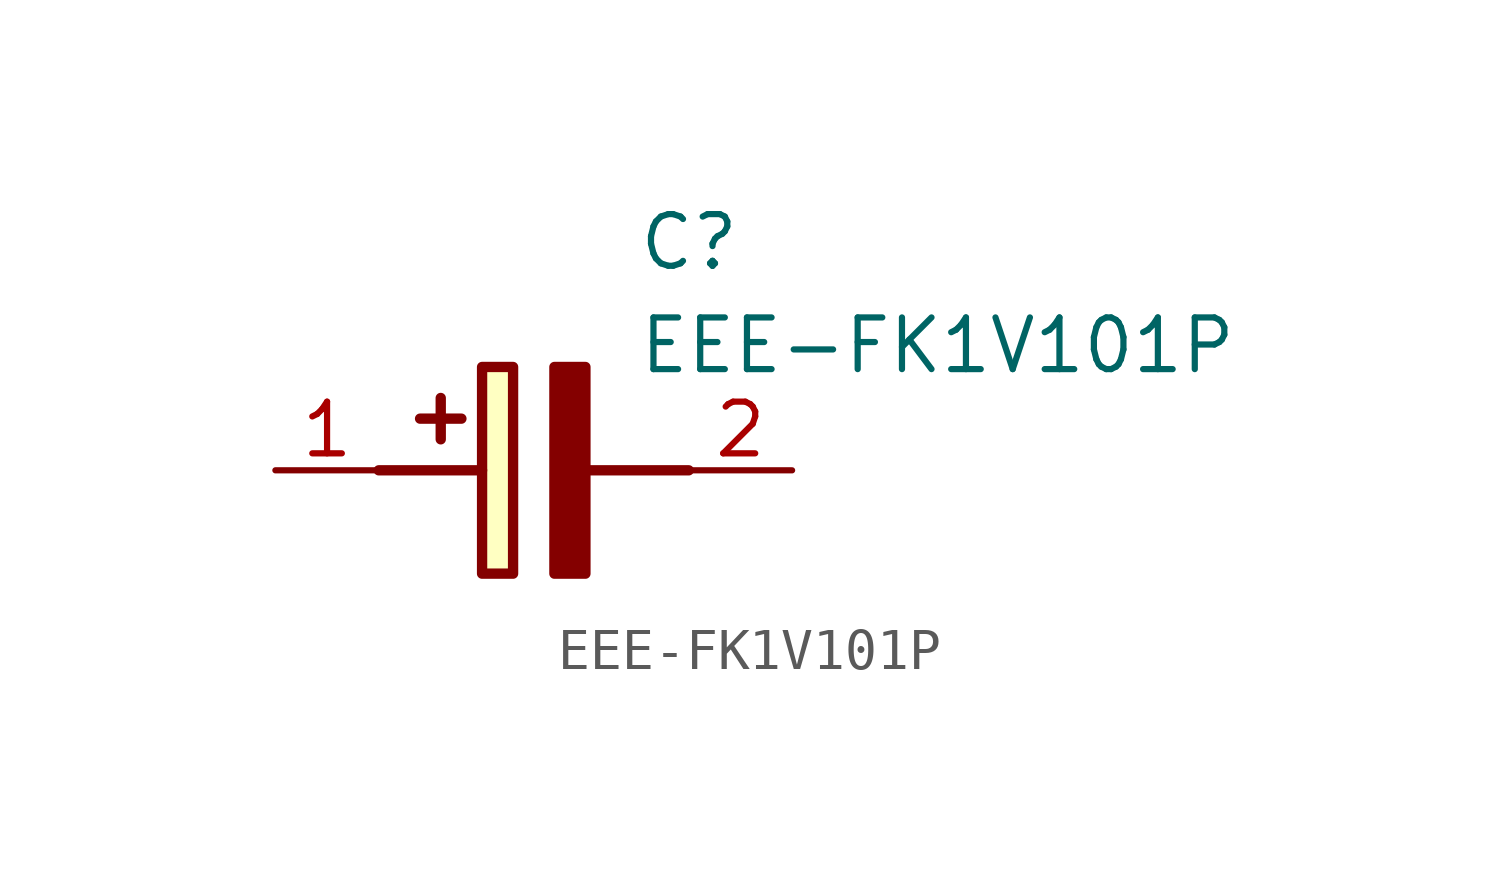
<source format=kicad_sym>
(kicad_symbol_lib
  (version 20211014)
  (generator SamacSys_ECAD_Model)
  (symbol "EEE-FK1V101P"
    (pin_names hide)
    (property "Reference" "C"
      (at 8.89 6.35 0)
      (effects (font (size 1.27 1.27)) (justify left top)))
    (property "Value" "EEE-FK1V101P"
      (at 8.89 3.81 0)
      (effects (font (size 1.27 1.27)) (justify left top)))
    (rectangle
      (start 5.08 2.54)
      (end 5.842 -2.54)
      (stroke (width 0.254) (type default))
      (fill (type background)))
    (polyline
      (pts (xy 4.572 1.27) (xy 3.556 1.27))
      (stroke (width 0.254) (type default))
      (fill (type none)))
    (polyline
      (pts (xy 4.064 1.778) (xy 4.064 0.762))
      (stroke (width 0.254) (type default))
      (fill (type none)))
    (polyline
      (pts (xy 2.54 0) (xy 5.08 0))
      (stroke (width 0.254) (type default))
      (fill (type none)))
    (polyline
      (pts (xy 7.62 0) (xy 10.16 0))
      (stroke (width 0.254) (type default))
      (fill (type none)))
    (polyline
      (pts (xy 7.62 2.54) (xy 7.62 -2.54) (xy 6.858 -2.54) (xy 6.858 2.54) (xy 7.62 2.54))
      (stroke (width 0.254) (type default))
      (fill (type outline)))
    (pin passive line
      (at 0 0 0)
      (length 2.54)
      (name "+" (effects (font (size 1.27 1.27))))
      (number "1" (effects (font (size 1.27 1.27)))))
    (pin passive line
      (at 12.7 0 180)
      (length 2.54)
      (name "-" (effects (font (size 1.27 1.27))))
      (number "2" (effects (font (size 1.27 1.27)))))))
</source>
